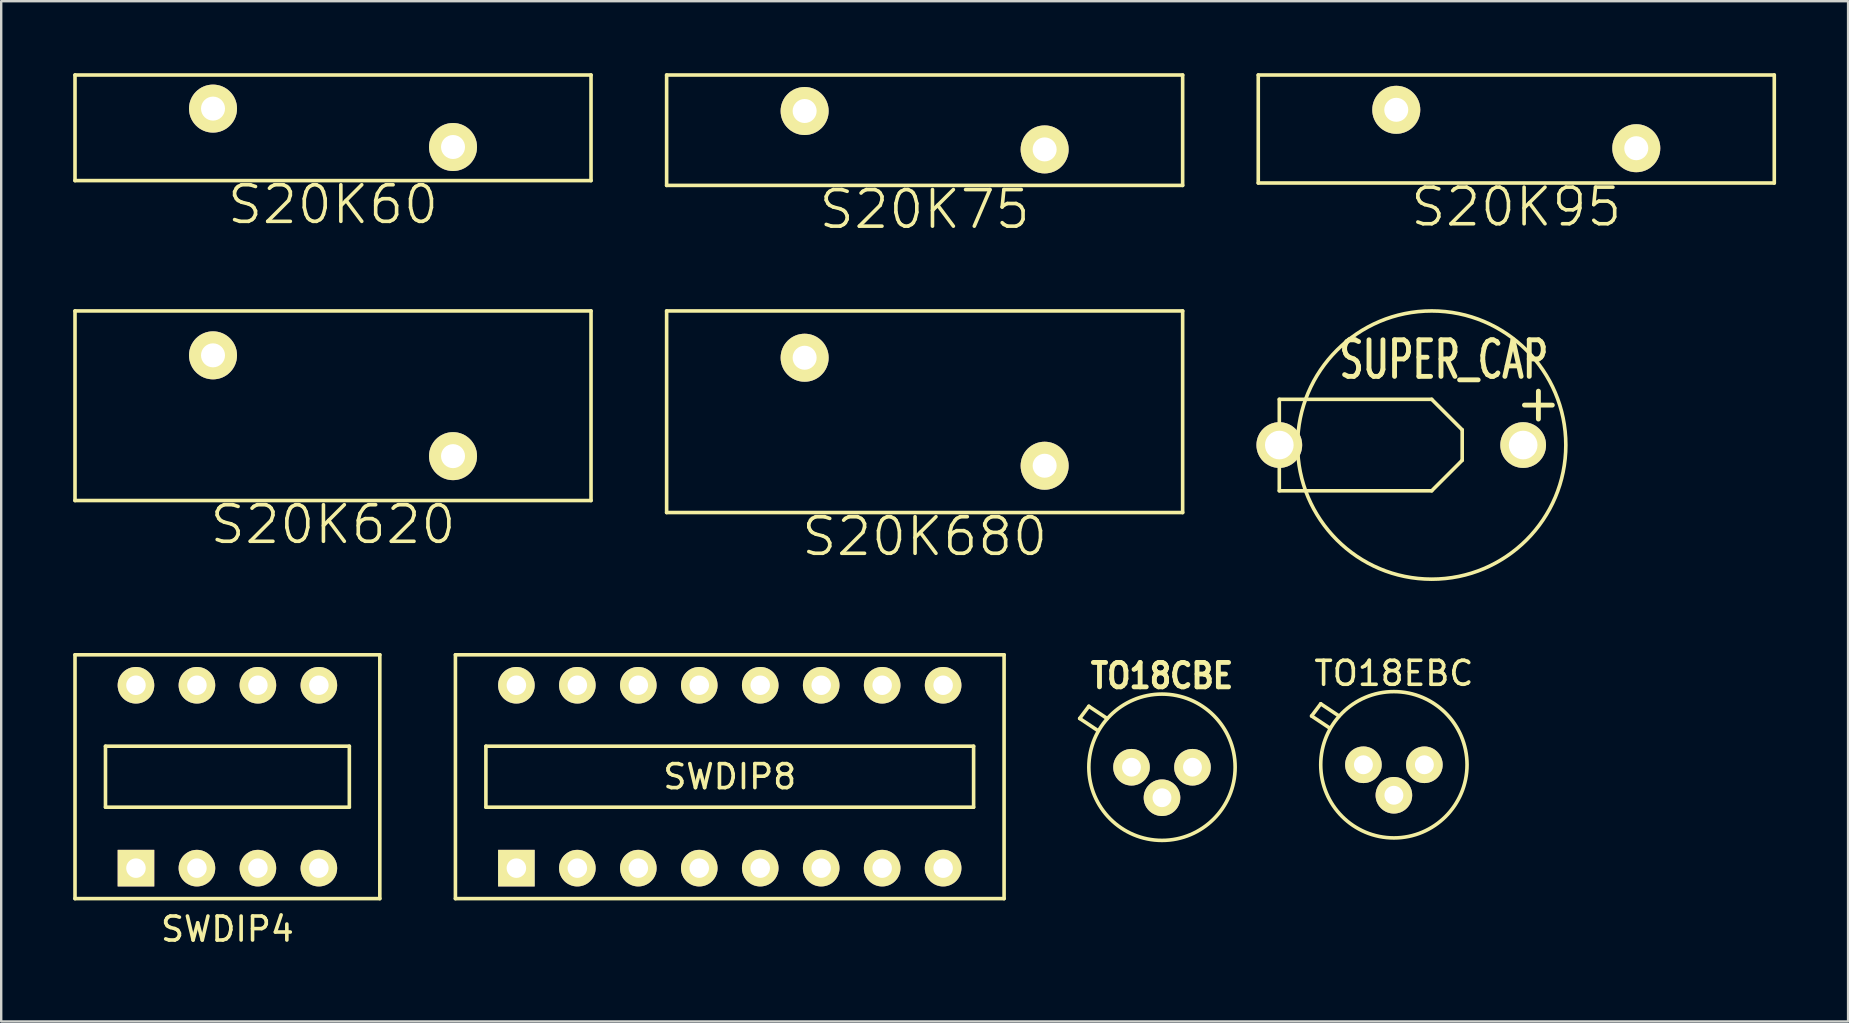
<source format=kicad_pcb>
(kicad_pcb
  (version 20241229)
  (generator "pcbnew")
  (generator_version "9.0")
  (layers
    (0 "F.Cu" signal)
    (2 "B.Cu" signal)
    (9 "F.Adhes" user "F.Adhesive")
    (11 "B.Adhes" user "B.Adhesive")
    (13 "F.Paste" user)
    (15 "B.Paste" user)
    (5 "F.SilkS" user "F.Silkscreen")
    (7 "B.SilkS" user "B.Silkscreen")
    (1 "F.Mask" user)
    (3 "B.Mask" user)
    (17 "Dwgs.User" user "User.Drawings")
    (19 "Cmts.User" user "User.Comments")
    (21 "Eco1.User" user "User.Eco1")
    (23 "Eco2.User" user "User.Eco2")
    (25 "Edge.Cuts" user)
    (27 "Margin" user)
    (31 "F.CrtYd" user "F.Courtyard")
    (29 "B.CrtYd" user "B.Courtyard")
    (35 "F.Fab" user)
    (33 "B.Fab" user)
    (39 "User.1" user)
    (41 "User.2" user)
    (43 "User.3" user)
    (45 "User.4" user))
  (footprint "SUPER_CAP"
    (layer "F.Cu")
    (at 56.602 15.493)
    (property "Reference" "SUPER_CAP" (at 0.508 -3.556 0) (layer "F.SilkS") (effects (font (size 1.524 1.016) (thickness 0.203))))
    (attr through_hole)
    (fp_line (start -6.35 -1.905) (end -6.35 1.905) (stroke (width 0.15) (type solid)) (layer "F.SilkS"))
    (fp_line (start -6.35 1.905) (end 0 1.905) (stroke (width 0.15) (type solid)) (layer "F.SilkS"))
    (fp_line (start -5.715 0) (end -6.35 0) (stroke (width 0.15) (type solid)) (layer "F.SilkS"))
    (fp_line (start 0 -1.905) (end -6.35 -1.905) (stroke (width 0.15) (type solid)) (layer "F.SilkS"))
    (fp_line (start 0 1.905) (end 1.27 0.635) (stroke (width 0.15) (type solid)) (layer "F.SilkS"))
    (fp_line (start 1.27 -0.635) (end 0 -1.905) (stroke (width 0.15) (type solid)) (layer "F.SilkS"))
    (fp_line (start 1.27 0.635) (end 1.27 -0.635) (stroke (width 0.15) (type solid)) (layer "F.SilkS"))
    (fp_circle (center 0 0) (end 0 -5.588) (stroke (width 0.15) (type solid)) (fill no) (layer "F.SilkS"))
    (fp_text user "+" (at 4.445 -1.778 0) (layer "F.SilkS") (effects (font (size 1.524 1.524) (thickness 0.203))))
    (pad "1" thru_hole circle (at 3.81 0) (size 1.905 1.905) (drill 1.194) (layers "*.Cu" "*.Mask" "F.SilkS"))
    (pad "2" thru_hole circle (at -6.35 0) (size 1.905 1.905) (drill 1.194) (layers "*.Cu" "*.Mask" "F.SilkS")))
  (footprint "S20K60"
    (layer "F.Cu")
    (at 5.825 1.475)
    (property "Reference" "S20K60" (at 5 4 0) (layer "F.SilkS") (effects (font (size 1.524 1.524) (thickness 0.15))))
    (attr through_hole)
    (fp_line (start -5.75 -1.4) (end -5.75 3) (stroke (width 0.15) (type solid)) (layer "F.SilkS"))
    (fp_line (start -5.75 -1.4) (end 15.75 -1.4) (stroke (width 0.15) (type solid)) (layer "F.SilkS"))
    (fp_line (start -5.75 3) (end 15.75 3) (stroke (width 0.15) (type solid)) (layer "F.SilkS"))
    (fp_line (start 15.75 -1.4) (end 15.75 3) (stroke (width 0.15) (type solid)) (layer "F.SilkS"))
    (pad "1" thru_hole circle (at 0 0) (size 2 2) (drill 1) (layers "*.Cu" "*.Mask" "F.SilkS"))
    (pad "2" thru_hole circle (at 10 1.6) (size 2 2) (drill 1) (layers "*.Cu" "*.Mask" "F.SilkS")))
  (footprint "S20K95"
    (layer "F.Cu")
    (at 55.125 1.525)
    (property "Reference" "S20K95" (at 5 4.05 0) (layer "F.SilkS") (effects (font (size 1.524 1.524) (thickness 0.15))))
    (attr through_hole)
    (fp_line (start -5.75 -1.45) (end -5.75 3.05) (stroke (width 0.15) (type solid)) (layer "F.SilkS"))
    (fp_line (start -5.75 -1.45) (end 15.75 -1.45) (stroke (width 0.15) (type solid)) (layer "F.SilkS"))
    (fp_line (start -5.75 3.05) (end 15.75 3.05) (stroke (width 0.15) (type solid)) (layer "F.SilkS"))
    (fp_line (start 15.75 -1.45) (end 15.75 3.05) (stroke (width 0.15) (type solid)) (layer "F.SilkS"))
    (pad "1" thru_hole circle (at 0 0) (size 2 2) (drill 1) (layers "*.Cu" "*.Mask" "F.SilkS"))
    (pad "2" thru_hole circle (at 10 1.6) (size 2 2) (drill 1) (layers "*.Cu" "*.Mask" "F.SilkS")))
  (footprint "S20K680"
    (layer "F.Cu")
    (at 30.475 11.855)
    (property "Reference" "S20K680" (at 5 7.45 0) (layer "F.SilkS") (effects (font (size 1.524 1.524) (thickness 0.15))))
    (attr through_hole)
    (fp_line (start -5.75 -1.95) (end -5.75 6.45) (stroke (width 0.15) (type solid)) (layer "F.SilkS"))
    (fp_line (start -5.75 -1.95) (end 15.75 -1.95) (stroke (width 0.15) (type solid)) (layer "F.SilkS"))
    (fp_line (start -5.75 6.45) (end 15.75 6.45) (stroke (width 0.15) (type solid)) (layer "F.SilkS"))
    (fp_line (start 15.75 -1.95) (end 15.75 6.45) (stroke (width 0.15) (type solid)) (layer "F.SilkS"))
    (pad "1" thru_hole circle (at 0 0) (size 2 2) (drill 1) (layers "*.Cu" "*.Mask" "F.SilkS"))
    (pad "2" thru_hole circle (at 10 4.5) (size 2 2) (drill 1) (layers "*.Cu" "*.Mask" "F.SilkS")))
  (footprint "TO18EBC"
    (layer "F.Cu")
    (at 55.026 28.814)
    (property "Reference" "TO18EBC" (at 0 -3.81 0) (layer "F.SilkS") (effects (font (size 1 1) (thickness 0.15))))
    (attr through_hole)
    (fp_line (start -3.429 -2.032) (end -3.048 -2.54) (stroke (width 0.15) (type solid)) (layer "F.SilkS"))
    (fp_line (start -3.048 -2.54) (end -2.286 -2.032) (stroke (width 0.15) (type solid)) (layer "F.SilkS"))
    (fp_line (start -2.667 -1.524) (end -3.429 -2.032) (stroke (width 0.15) (type solid)) (layer "F.SilkS"))
    (fp_circle (center 0 0) (end -3.048 0) (stroke (width 0.15) (type solid)) (fill no) (layer "F.SilkS"))
    (pad "1" thru_hole circle (at -1.27 0) (size 1.524 1.524) (drill 0.787) (layers "*.Cu" "*.Mask" "F.SilkS"))
    (pad "2" thru_hole circle (at 0 1.27) (size 1.524 1.524) (drill 0.787) (layers "*.Cu" "*.Mask" "F.SilkS"))
    (pad "3" thru_hole circle (at 1.27 0) (size 1.524 1.524) (drill 0.787) (layers "*.Cu" "*.Mask" "F.SilkS")))
  (footprint "TO18CBE"
    (layer "F.Cu")
    (at 45.364 28.917)
    (property "Reference" "TO18CBE" (at 0 -3.81 0) (layer "F.SilkS") (effects (font (size 1.016 0.889) (thickness 0.203))))
    (attr through_hole)
    (fp_line (start -3.429 -2.032) (end -3.048 -2.54) (stroke (width 0.15) (type solid)) (layer "F.SilkS"))
    (fp_line (start -3.048 -2.54) (end -2.286 -2.032) (stroke (width 0.15) (type solid)) (layer "F.SilkS"))
    (fp_line (start -2.667 -1.524) (end -3.429 -2.032) (stroke (width 0.15) (type solid)) (layer "F.SilkS"))
    (fp_circle (center 0 0) (end -3.048 0) (stroke (width 0.15) (type solid)) (fill no) (layer "F.SilkS"))
    (pad "1" thru_hole circle (at 1.27 0) (size 1.524 1.524) (drill 0.787) (layers "*.Cu" "*.Mask" "F.SilkS"))
    (pad "2" thru_hole circle (at 0 1.27) (size 1.524 1.524) (drill 0.787) (layers "*.Cu" "*.Mask" "F.SilkS"))
    (pad "3" thru_hole circle (at -1.27 0) (size 1.524 1.524) (drill 0.787) (layers "*.Cu" "*.Mask" "F.SilkS")))
  (footprint "S20K620"
    (layer "F.Cu")
    (at 5.825 11.755)
    (property "Reference" "S20K620" (at 5 7.05 0) (layer "F.SilkS") (effects (font (size 1.524 1.524) (thickness 0.15))))
    (attr through_hole)
    (fp_line (start -5.75 -1.85) (end -5.75 6.05) (stroke (width 0.15) (type solid)) (layer "F.SilkS"))
    (fp_line (start -5.75 -1.85) (end 15.75 -1.85) (stroke (width 0.15) (type solid)) (layer "F.SilkS"))
    (fp_line (start -5.75 6.05) (end 15.75 6.05) (stroke (width 0.15) (type solid)) (layer "F.SilkS"))
    (fp_line (start 15.75 -1.85) (end 15.75 6.05) (stroke (width 0.15) (type solid)) (layer "F.SilkS"))
    (pad "1" thru_hole circle (at 0 0) (size 2 2) (drill 1) (layers "*.Cu" "*.Mask" "F.SilkS"))
    (pad "2" thru_hole circle (at 10 4.2) (size 2 2) (drill 1) (layers "*.Cu" "*.Mask" "F.SilkS")))
  (footprint "SWDIP4"
    (layer "F.Cu")
    (at 6.425 29.311)
    (property "Reference" "SWDIP4" (at 0 6.35 0) (layer "F.SilkS") (effects (font (size 1 1) (thickness 0.15))))
    (attr through_hole)
    (fp_line (start -6.35 -5.08) (end 6.35 -5.08) (stroke (width 0.15) (type solid)) (layer "F.SilkS"))
    (fp_line (start -6.35 5.08) (end -6.35 -5.08) (stroke (width 0.15) (type solid)) (layer "F.SilkS"))
    (fp_line (start -5.08 -1.27) (end 5.08 -1.27) (stroke (width 0.15) (type solid)) (layer "F.SilkS"))
    (fp_line (start -5.08 1.27) (end -5.08 -1.27) (stroke (width 0.15) (type solid)) (layer "F.SilkS"))
    (fp_line (start 5.08 -1.27) (end 5.08 1.27) (stroke (width 0.15) (type solid)) (layer "F.SilkS"))
    (fp_line (start 5.08 1.27) (end -5.08 1.27) (stroke (width 0.15) (type solid)) (layer "F.SilkS"))
    (fp_line (start 6.35 -5.08) (end 6.35 5.08) (stroke (width 0.15) (type solid)) (layer "F.SilkS"))
    (fp_line (start 6.35 5.08) (end -6.35 5.08) (stroke (width 0.15) (type solid)) (layer "F.SilkS"))
    (pad "1" thru_hole rect (at -3.81 3.81) (size 1.524 1.524) (drill 0.813) (layers "*.Cu" "*.Mask" "F.SilkS"))
    (pad "2" thru_hole circle (at -1.27 3.81) (size 1.524 1.524) (drill 0.813) (layers "*.Cu" "*.Mask" "F.SilkS"))
    (pad "3" thru_hole circle (at 1.27 3.81) (size 1.524 1.524) (drill 0.813) (layers "*.Cu" "*.Mask" "F.SilkS"))
    (pad "4" thru_hole circle (at 3.81 3.81) (size 1.524 1.524) (drill 0.813) (layers "*.Cu" "*.Mask" "F.SilkS"))
    (pad "5" thru_hole circle (at 3.81 -3.81) (size 1.524 1.524) (drill 0.813) (layers "*.Cu" "*.Mask" "F.SilkS"))
    (pad "6" thru_hole circle (at 1.27 -3.81) (size 1.524 1.524) (drill 0.813) (layers "*.Cu" "*.Mask" "F.SilkS"))
    (pad "7" thru_hole circle (at -1.27 -3.81) (size 1.524 1.524) (drill 0.813) (layers "*.Cu" "*.Mask" "F.SilkS"))
    (pad "8" thru_hole circle (at -3.81 -3.81) (size 1.524 1.524) (drill 0.813) (layers "*.Cu" "*.Mask" "F.SilkS")))
  (footprint "SWDIP8"
    (layer "F.Cu")
    (at 27.355 29.311)
    (property "Reference" "SWDIP8" (at 0 0 0) (layer "F.SilkS") (effects (font (size 1 1) (thickness 0.15))))
    (attr through_hole)
    (fp_line (start -11.43 -5.08) (end -11.43 5.08) (stroke (width 0.15) (type solid)) (layer "F.SilkS"))
    (fp_line (start -11.43 5.08) (end 11.43 5.08) (stroke (width 0.15) (type solid)) (layer "F.SilkS"))
    (fp_line (start -10.16 -1.27) (end 10.16 -1.27) (stroke (width 0.15) (type solid)) (layer "F.SilkS"))
    (fp_line (start -10.16 1.27) (end -10.16 -1.27) (stroke (width 0.15) (type solid)) (layer "F.SilkS"))
    (fp_line (start 10.16 -1.27) (end 10.16 1.27) (stroke (width 0.15) (type solid)) (layer "F.SilkS"))
    (fp_line (start 10.16 1.27) (end -10.16 1.27) (stroke (width 0.15) (type solid)) (layer "F.SilkS"))
    (fp_line (start 11.43 -5.08) (end -11.43 -5.08) (stroke (width 0.15) (type solid)) (layer "F.SilkS"))
    (fp_line (start 11.43 5.08) (end 11.43 -5.08) (stroke (width 0.15) (type solid)) (layer "F.SilkS"))
    (pad "1" thru_hole rect (at -8.89 3.81) (size 1.524 1.524) (drill 0.813) (layers "*.Cu" "*.Mask" "F.SilkS"))
    (pad "2" thru_hole circle (at -6.35 3.81) (size 1.524 1.524) (drill 0.813) (layers "*.Cu" "*.Mask" "F.SilkS"))
    (pad "3" thru_hole circle (at -3.81 3.81) (size 1.524 1.524) (drill 0.813) (layers "*.Cu" "*.Mask" "F.SilkS"))
    (pad "4" thru_hole circle (at -1.27 3.81) (size 1.524 1.524) (drill 0.813) (layers "*.Cu" "*.Mask" "F.SilkS"))
    (pad "5" thru_hole circle (at 1.27 3.81) (size 1.524 1.524) (drill 0.813) (layers "*.Cu" "*.Mask" "F.SilkS"))
    (pad "6" thru_hole circle (at 3.81 3.81) (size 1.524 1.524) (drill 0.813) (layers "*.Cu" "*.Mask" "F.SilkS"))
    (pad "7" thru_hole circle (at 6.35 3.81) (size 1.524 1.524) (drill 0.813) (layers "*.Cu" "*.Mask" "F.SilkS"))
    (pad "8" thru_hole circle (at 8.89 3.81) (size 1.524 1.524) (drill 0.813) (layers "*.Cu" "*.Mask" "F.SilkS"))
    (pad "9" thru_hole circle (at 8.89 -3.81) (size 1.524 1.524) (drill 0.813) (layers "*.Cu" "*.Mask" "F.SilkS"))
    (pad "10" thru_hole circle (at 6.35 -3.81) (size 1.524 1.524) (drill 0.813) (layers "*.Cu" "*.Mask" "F.SilkS"))
    (pad "11" thru_hole circle (at 3.81 -3.81) (size 1.524 1.524) (drill 0.813) (layers "*.Cu" "*.Mask" "F.SilkS"))
    (pad "12" thru_hole circle (at 1.27 -3.81) (size 1.524 1.524) (drill 0.813) (layers "*.Cu" "*.Mask" "F.SilkS"))
    (pad "13" thru_hole circle (at -1.27 -3.81) (size 1.524 1.524) (drill 0.813) (layers "*.Cu" "*.Mask" "F.SilkS"))
    (pad "14" thru_hole circle (at -3.81 -3.81) (size 1.524 1.524) (drill 0.813) (layers "*.Cu" "*.Mask" "F.SilkS"))
    (pad "15" thru_hole circle (at -6.35 -3.81) (size 1.524 1.524) (drill 0.813) (layers "*.Cu" "*.Mask" "F.SilkS"))
    (pad "16" thru_hole circle (at -8.89 -3.81) (size 1.524 1.524) (drill 0.813) (layers "*.Cu" "*.Mask" "F.SilkS")))
  (footprint "S20K75"
    (layer "F.Cu")
    (at 30.475 1.575)
    (property "Reference" "S20K75" (at 5 4.1 0) (layer "F.SilkS") (effects (font (size 1.524 1.524) (thickness 0.15))))
    (attr through_hole)
    (fp_line (start -5.75 -1.5) (end -5.75 3.1) (stroke (width 0.15) (type solid)) (layer "F.SilkS"))
    (fp_line (start -5.75 -1.5) (end 15.75 -1.5) (stroke (width 0.15) (type solid)) (layer "F.SilkS"))
    (fp_line (start -5.75 3.1) (end 15.75 3.1) (stroke (width 0.15) (type solid)) (layer "F.SilkS"))
    (fp_line (start 15.75 -1.5) (end 15.75 3.1) (stroke (width 0.15) (type solid)) (layer "F.SilkS"))
    (pad "1" thru_hole circle (at 0 0) (size 2 2) (drill 1) (layers "*.Cu" "*.Mask" "F.SilkS"))
    (pad "2" thru_hole circle (at 10 1.6) (size 2 2) (drill 1) (layers "*.Cu" "*.Mask" "F.SilkS")))
  (gr_rect
    (start -3 -3)
    (end 73.95 39.509)
    (stroke (width 0.1) (type default))
    (fill no)
    (layer "Edge.Cuts")))
</source>
